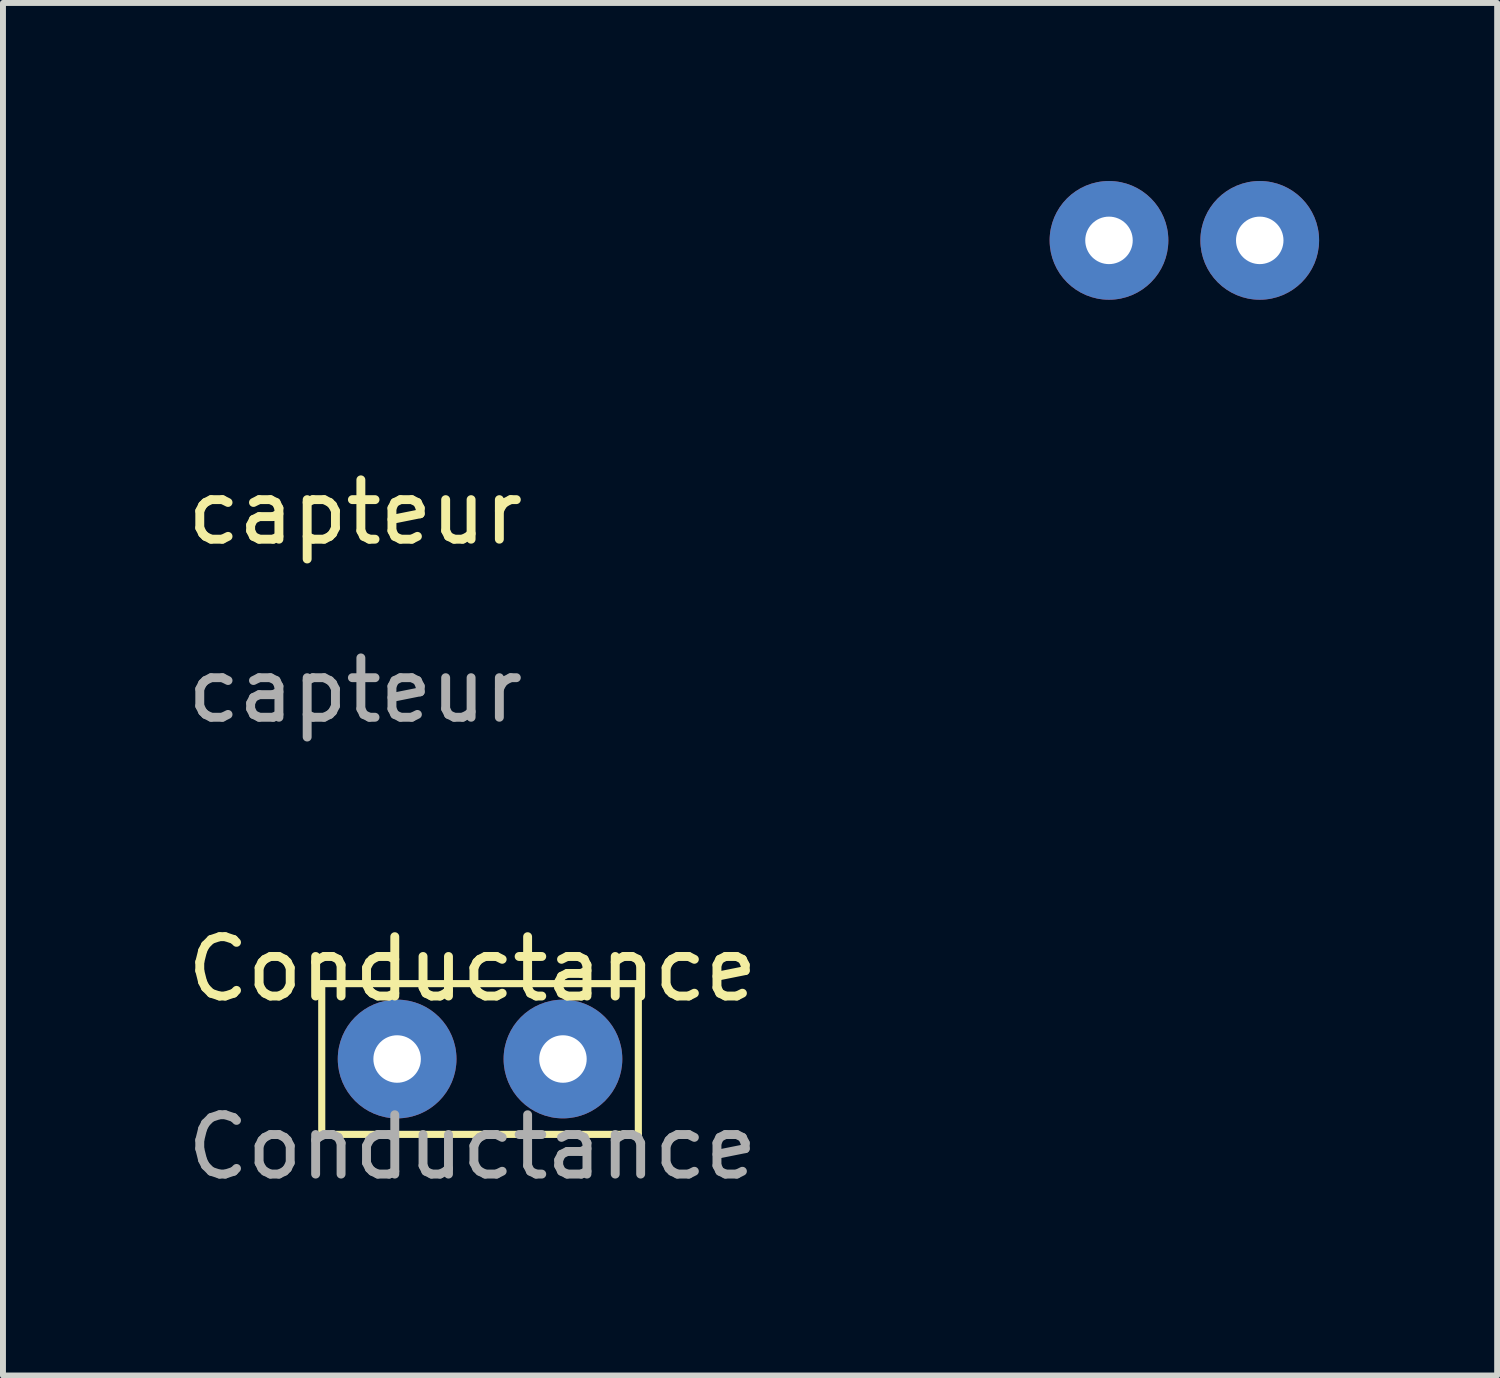
<source format=kicad_pcb>
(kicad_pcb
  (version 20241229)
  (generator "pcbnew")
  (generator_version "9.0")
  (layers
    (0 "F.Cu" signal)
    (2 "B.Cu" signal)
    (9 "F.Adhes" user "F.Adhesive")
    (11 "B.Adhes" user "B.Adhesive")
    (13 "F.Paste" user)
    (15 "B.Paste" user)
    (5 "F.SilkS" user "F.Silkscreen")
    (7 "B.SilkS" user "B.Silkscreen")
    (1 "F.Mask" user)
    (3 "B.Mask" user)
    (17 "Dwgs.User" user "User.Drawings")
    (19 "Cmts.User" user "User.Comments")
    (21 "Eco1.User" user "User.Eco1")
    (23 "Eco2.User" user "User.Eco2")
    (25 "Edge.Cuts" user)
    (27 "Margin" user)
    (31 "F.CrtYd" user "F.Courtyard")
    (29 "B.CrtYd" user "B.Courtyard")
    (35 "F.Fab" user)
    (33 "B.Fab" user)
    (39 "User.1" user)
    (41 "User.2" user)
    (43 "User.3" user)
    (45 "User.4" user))
  (footprint "capteur"
    (layer "F.Cu")
    (at 2.935 6.08)
    (property "Reference" "capteur" (at 0 -0.5 0) (unlocked yes) (layer "F.SilkS") (effects (font (size 1 1) (thickness 0.15))))
    (attr through_hole)
    (fp_text user "${REFERENCE}" (at 0 2.5 0) (unlocked yes) (layer "F.Fab") (effects (font (size 1 1) (thickness 0.15))))
    (pad "1" thru_hole circle (at 12.7 -5.08) (size 2 2) (drill 0.8) (layers "*.Cu" "*.Mask"))
    (pad "1" thru_hole circle (at 15.24 -5.08) (size 2 2) (drill 0.8) (layers "*.Cu" "*.Mask")))
  (footprint "Conductance"
    (layer "F.Cu")
    (at 4.911 13.777)
    (property "Reference" "Conductance" (at 0 -0.5 0) (unlocked yes) (layer "F.SilkS") (effects (font (size 1 1) (thickness 0.15))))
    (attr through_hole)
    (fp_line (start -2.54 -0.254) (end 2.794 -0.254) (stroke (width 0.12) (type solid)) (layer "F.SilkS"))
    (fp_line (start -2.54 2.286) (end -2.54 -0.254) (stroke (width 0.12) (type solid)) (layer "F.SilkS"))
    (fp_line (start 2.794 -0.254) (end 2.794 2.286) (stroke (width 0.12) (type solid)) (layer "F.SilkS"))
    (fp_line (start 2.794 2.286) (end -2.54 2.286) (stroke (width 0.12) (type solid)) (layer "F.SilkS"))
    (fp_text user "${REFERENCE}" (at 0 2.5 0) (unlocked yes) (layer "F.Fab") (effects (font (size 1 1) (thickness 0.15))))
    (pad "1" thru_hole circle (at -1.27 1.016) (size 2 2) (drill 0.8) (layers "*.Cu" "*.Mask"))
    (pad "2" thru_hole circle (at 1.524 1.016) (size 2 2) (drill 0.8) (layers "*.Cu" "*.Mask")))
  (gr_rect
    (start -3 -3)
    (end 22.175 20.125)
    (stroke (width 0.1) (type default))
    (fill no)
    (layer "Edge.Cuts")))
</source>
